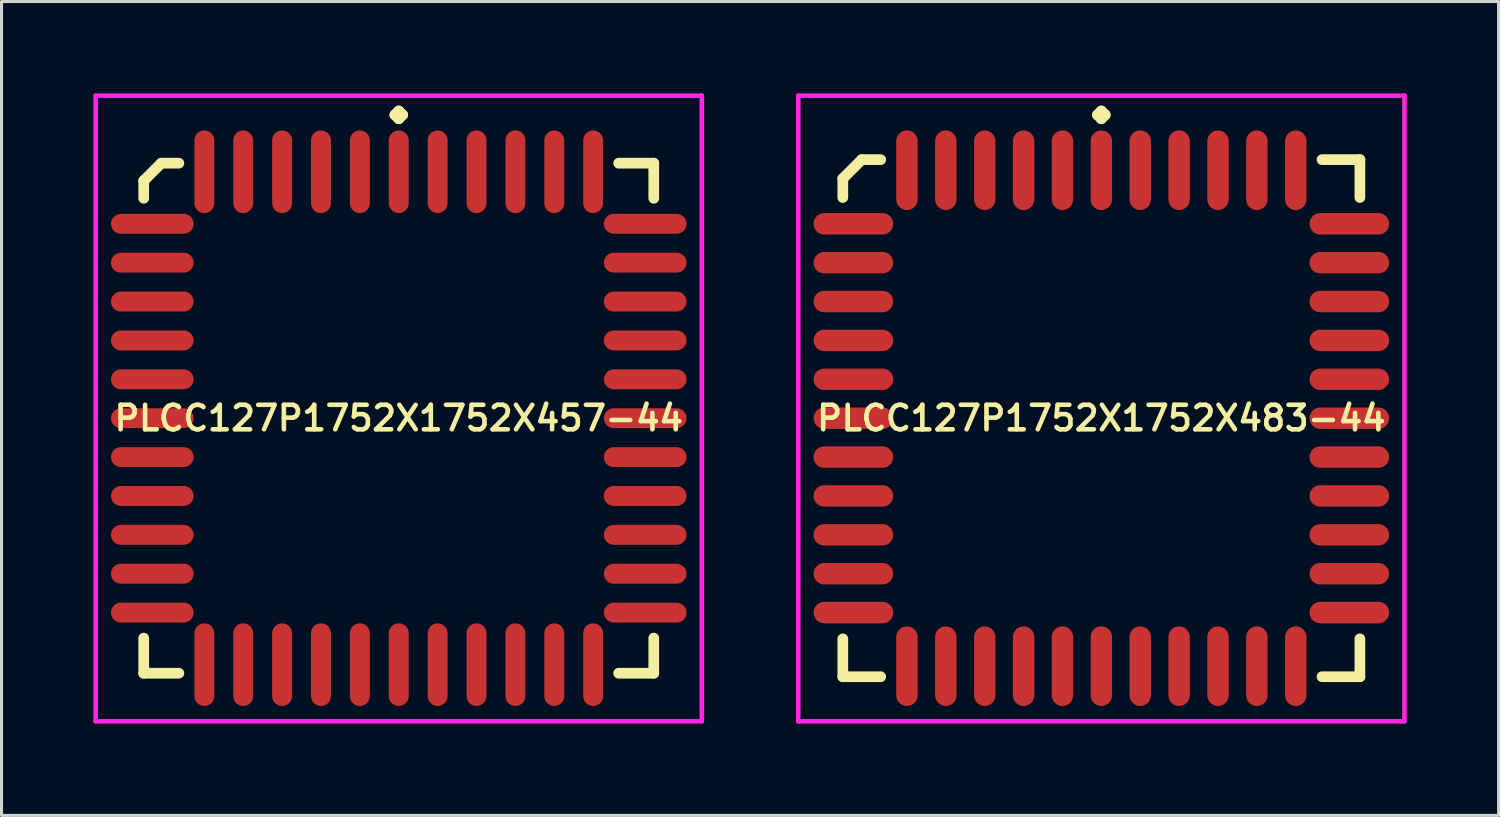
<source format=kicad_pcb>
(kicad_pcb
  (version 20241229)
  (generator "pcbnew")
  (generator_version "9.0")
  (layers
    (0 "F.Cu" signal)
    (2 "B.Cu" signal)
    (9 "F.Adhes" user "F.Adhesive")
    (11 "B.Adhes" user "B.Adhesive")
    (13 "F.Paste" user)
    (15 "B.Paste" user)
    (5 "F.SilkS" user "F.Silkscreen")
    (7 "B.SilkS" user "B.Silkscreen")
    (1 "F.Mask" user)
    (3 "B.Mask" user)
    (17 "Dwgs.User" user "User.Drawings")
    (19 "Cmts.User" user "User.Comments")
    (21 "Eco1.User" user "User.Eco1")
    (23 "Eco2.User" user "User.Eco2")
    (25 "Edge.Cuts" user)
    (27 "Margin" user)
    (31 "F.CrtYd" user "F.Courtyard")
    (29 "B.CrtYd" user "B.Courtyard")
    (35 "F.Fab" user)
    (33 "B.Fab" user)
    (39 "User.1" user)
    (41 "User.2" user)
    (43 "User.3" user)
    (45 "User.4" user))
  (footprint "PLCC127P1752X1752X457-44"
    (layer "F.Cu")
    (at 9.975 10.61)
    (property "Reference" "PLCC127P1752X1752X457-44" (at 0 0 0) (layer "F.SilkS") (effects (font (size 0.8 0.8) (thickness 0.15))))
    (attr smd)
    (fp_line (start -8.33 -7.756) (end -7.756 -8.33) (stroke (width 0.35) (type solid)) (layer "F.SilkS"))
    (fp_line (start -8.33 -7.183) (end -8.33 -7.756) (stroke (width 0.35) (type solid)) (layer "F.SilkS"))
    (fp_line (start -8.33 7.183) (end -8.33 8.33) (stroke (width 0.35) (type solid)) (layer "F.SilkS"))
    (fp_line (start -8.33 8.33) (end -7.183 8.33) (stroke (width 0.35) (type solid)) (layer "F.SilkS"))
    (fp_line (start -7.756 -8.33) (end -7.183 -8.33) (stroke (width 0.35) (type solid)) (layer "F.SilkS"))
    (fp_line (start -0.127 -9.908) (end 0 -10.035) (stroke (width 0.35) (type solid)) (layer "F.SilkS"))
    (fp_line (start 0 -10.035) (end 0.127 -9.908) (stroke (width 0.35) (type solid)) (layer "F.SilkS"))
    (fp_line (start 0 -9.781) (end -0.127 -9.908) (stroke (width 0.35) (type solid)) (layer "F.SilkS"))
    (fp_line (start 0.127 -9.908) (end 0 -9.781) (stroke (width 0.35) (type solid)) (layer "F.SilkS"))
    (fp_line (start 8.33 -8.33) (end 7.183 -8.33) (stroke (width 0.35) (type solid)) (layer "F.SilkS"))
    (fp_line (start 8.33 -7.183) (end 8.33 -8.33) (stroke (width 0.35) (type solid)) (layer "F.SilkS"))
    (fp_line (start 8.33 7.183) (end 8.33 8.33) (stroke (width 0.35) (type solid)) (layer "F.SilkS"))
    (fp_line (start 8.33 8.33) (end 7.183 8.33) (stroke (width 0.35) (type solid)) (layer "F.SilkS"))
    (fp_line (start -9.9 -10.535) (end 9.9 -10.535) (stroke (width 0.15) (type solid)) (layer "F.CrtYd"))
    (fp_line (start -9.9 9.9) (end -9.9 -10.535) (stroke (width 0.15) (type solid)) (layer "F.CrtYd"))
    (fp_line (start 9.9 -10.535) (end 9.9 9.9) (stroke (width 0.15) (type solid)) (layer "F.CrtYd"))
    (fp_line (start 9.9 9.9) (end -9.9 9.9) (stroke (width 0.15) (type solid)) (layer "F.CrtYd"))
    (pad "1" smd oval (at 0 -8.05) (size 0.65 2.7) (layers "F.Cu" "F.Mask" "F.Paste"))
    (pad "2" smd oval (at -1.27 -8.05) (size 0.65 2.7) (layers "F.Cu" "F.Mask" "F.Paste"))
    (pad "3" smd oval (at -2.54 -8.05) (size 0.65 2.7) (layers "F.Cu" "F.Mask" "F.Paste"))
    (pad "4" smd oval (at -3.81 -8.05) (size 0.65 2.7) (layers "F.Cu" "F.Mask" "F.Paste"))
    (pad "5" smd oval (at -5.08 -8.05) (size 0.65 2.7) (layers "F.Cu" "F.Mask" "F.Paste"))
    (pad "6" smd oval (at -6.35 -8.05) (size 0.65 2.7) (layers "F.Cu" "F.Mask" "F.Paste"))
    (pad "7" smd oval (at -8.05 -6.35) (size 2.7 0.65) (layers "F.Cu" "F.Mask" "F.Paste"))
    (pad "8" smd oval (at -8.05 -5.08) (size 2.7 0.65) (layers "F.Cu" "F.Mask" "F.Paste"))
    (pad "9" smd oval (at -8.05 -3.81) (size 2.7 0.65) (layers "F.Cu" "F.Mask" "F.Paste"))
    (pad "10" smd oval (at -8.05 -2.54) (size 2.7 0.65) (layers "F.Cu" "F.Mask" "F.Paste"))
    (pad "11" smd oval (at -8.05 -1.27) (size 2.7 0.65) (layers "F.Cu" "F.Mask" "F.Paste"))
    (pad "12" smd oval (at -8.05 0) (size 2.7 0.65) (layers "F.Cu" "F.Mask" "F.Paste"))
    (pad "13" smd oval (at -8.05 1.27) (size 2.7 0.65) (layers "F.Cu" "F.Mask" "F.Paste"))
    (pad "14" smd oval (at -8.05 2.54) (size 2.7 0.65) (layers "F.Cu" "F.Mask" "F.Paste"))
    (pad "15" smd oval (at -8.05 3.81) (size 2.7 0.65) (layers "F.Cu" "F.Mask" "F.Paste"))
    (pad "16" smd oval (at -8.05 5.08) (size 2.7 0.65) (layers "F.Cu" "F.Mask" "F.Paste"))
    (pad "17" smd oval (at -8.05 6.35) (size 2.7 0.65) (layers "F.Cu" "F.Mask" "F.Paste"))
    (pad "18" smd oval (at -6.35 8.05) (size 0.65 2.7) (layers "F.Cu" "F.Mask" "F.Paste"))
    (pad "19" smd oval (at -5.08 8.05) (size 0.65 2.7) (layers "F.Cu" "F.Mask" "F.Paste"))
    (pad "20" smd oval (at -3.81 8.05) (size 0.65 2.7) (layers "F.Cu" "F.Mask" "F.Paste"))
    (pad "21" smd oval (at -2.54 8.05) (size 0.65 2.7) (layers "F.Cu" "F.Mask" "F.Paste"))
    (pad "22" smd oval (at -1.27 8.05) (size 0.65 2.7) (layers "F.Cu" "F.Mask" "F.Paste"))
    (pad "23" smd oval (at 0 8.05) (size 0.65 2.7) (layers "F.Cu" "F.Mask" "F.Paste"))
    (pad "24" smd oval (at 1.27 8.05) (size 0.65 2.7) (layers "F.Cu" "F.Mask" "F.Paste"))
    (pad "25" smd oval (at 2.54 8.05) (size 0.65 2.7) (layers "F.Cu" "F.Mask" "F.Paste"))
    (pad "26" smd oval (at 3.81 8.05) (size 0.65 2.7) (layers "F.Cu" "F.Mask" "F.Paste"))
    (pad "27" smd oval (at 5.08 8.05) (size 0.65 2.7) (layers "F.Cu" "F.Mask" "F.Paste"))
    (pad "28" smd oval (at 6.35 8.05) (size 0.65 2.7) (layers "F.Cu" "F.Mask" "F.Paste"))
    (pad "29" smd oval (at 8.05 6.35) (size 2.7 0.65) (layers "F.Cu" "F.Mask" "F.Paste"))
    (pad "30" smd oval (at 8.05 5.08) (size 2.7 0.65) (layers "F.Cu" "F.Mask" "F.Paste"))
    (pad "31" smd oval (at 8.05 3.81) (size 2.7 0.65) (layers "F.Cu" "F.Mask" "F.Paste"))
    (pad "32" smd oval (at 8.05 2.54) (size 2.7 0.65) (layers "F.Cu" "F.Mask" "F.Paste"))
    (pad "33" smd oval (at 8.05 1.27) (size 2.7 0.65) (layers "F.Cu" "F.Mask" "F.Paste"))
    (pad "34" smd oval (at 8.05 0) (size 2.7 0.65) (layers "F.Cu" "F.Mask" "F.Paste"))
    (pad "35" smd oval (at 8.05 -1.27) (size 2.7 0.65) (layers "F.Cu" "F.Mask" "F.Paste"))
    (pad "36" smd oval (at 8.05 -2.54) (size 2.7 0.65) (layers "F.Cu" "F.Mask" "F.Paste"))
    (pad "37" smd oval (at 8.05 -3.81) (size 2.7 0.65) (layers "F.Cu" "F.Mask" "F.Paste"))
    (pad "38" smd oval (at 8.05 -5.08) (size 2.7 0.65) (layers "F.Cu" "F.Mask" "F.Paste"))
    (pad "39" smd oval (at 8.05 -6.35) (size 2.7 0.65) (layers "F.Cu" "F.Mask" "F.Paste"))
    (pad "40" smd oval (at 6.35 -8.05) (size 0.65 2.7) (layers "F.Cu" "F.Mask" "F.Paste"))
    (pad "41" smd oval (at 5.08 -8.05) (size 0.65 2.7) (layers "F.Cu" "F.Mask" "F.Paste"))
    (pad "42" smd oval (at 3.81 -8.05) (size 0.65 2.7) (layers "F.Cu" "F.Mask" "F.Paste"))
    (pad "43" smd oval (at 2.54 -8.05) (size 0.65 2.7) (layers "F.Cu" "F.Mask" "F.Paste"))
    (pad "44" smd oval (at 1.27 -8.05) (size 0.65 2.7) (layers "F.Cu" "F.Mask" "F.Paste")))
  (footprint "PLCC127P1752X1752X483-44"
    (layer "F.Cu")
    (at 32.925 10.61)
    (property "Reference" "PLCC127P1752X1752X483-44" (at 0 0 0) (layer "F.SilkS") (effects (font (size 0.8 0.8) (thickness 0.15))))
    (attr smd)
    (fp_line (start -8.445 -7.827) (end -7.827 -8.445) (stroke (width 0.35) (type solid)) (layer "F.SilkS"))
    (fp_line (start -8.445 -7.208) (end -8.445 -7.827) (stroke (width 0.35) (type solid)) (layer "F.SilkS"))
    (fp_line (start -8.445 7.208) (end -8.445 8.445) (stroke (width 0.35) (type solid)) (layer "F.SilkS"))
    (fp_line (start -8.445 8.445) (end -7.208 8.445) (stroke (width 0.35) (type solid)) (layer "F.SilkS"))
    (fp_line (start -7.827 -8.445) (end -7.208 -8.445) (stroke (width 0.35) (type solid)) (layer "F.SilkS"))
    (fp_line (start -0.127 -9.908) (end 0 -10.035) (stroke (width 0.35) (type solid)) (layer "F.SilkS"))
    (fp_line (start 0 -10.035) (end 0.127 -9.908) (stroke (width 0.35) (type solid)) (layer "F.SilkS"))
    (fp_line (start 0 -9.781) (end -0.127 -9.908) (stroke (width 0.35) (type solid)) (layer "F.SilkS"))
    (fp_line (start 0.127 -9.908) (end 0 -9.781) (stroke (width 0.35) (type solid)) (layer "F.SilkS"))
    (fp_line (start 8.445 -8.445) (end 7.208 -8.445) (stroke (width 0.35) (type solid)) (layer "F.SilkS"))
    (fp_line (start 8.445 -7.208) (end 8.445 -8.445) (stroke (width 0.35) (type solid)) (layer "F.SilkS"))
    (fp_line (start 8.445 7.208) (end 8.445 8.445) (stroke (width 0.35) (type solid)) (layer "F.SilkS"))
    (fp_line (start 8.445 8.445) (end 7.208 8.445) (stroke (width 0.35) (type solid)) (layer "F.SilkS"))
    (fp_line (start -9.9 -10.535) (end 9.9 -10.535) (stroke (width 0.15) (type solid)) (layer "F.CrtYd"))
    (fp_line (start -9.9 9.9) (end -9.9 -10.535) (stroke (width 0.15) (type solid)) (layer "F.CrtYd"))
    (fp_line (start 9.9 -10.535) (end 9.9 9.9) (stroke (width 0.15) (type solid)) (layer "F.CrtYd"))
    (fp_line (start 9.9 9.9) (end -9.9 9.9) (stroke (width 0.15) (type solid)) (layer "F.CrtYd"))
    (pad "1" smd oval (at 0 -8.1) (size 0.7 2.6) (layers "F.Cu" "F.Mask" "F.Paste"))
    (pad "2" smd oval (at -1.27 -8.1) (size 0.7 2.6) (layers "F.Cu" "F.Mask" "F.Paste"))
    (pad "3" smd oval (at -2.54 -8.1) (size 0.7 2.6) (layers "F.Cu" "F.Mask" "F.Paste"))
    (pad "4" smd oval (at -3.81 -8.1) (size 0.7 2.6) (layers "F.Cu" "F.Mask" "F.Paste"))
    (pad "5" smd oval (at -5.08 -8.1) (size 0.7 2.6) (layers "F.Cu" "F.Mask" "F.Paste"))
    (pad "6" smd oval (at -6.35 -8.1) (size 0.7 2.6) (layers "F.Cu" "F.Mask" "F.Paste"))
    (pad "7" smd oval (at -8.1 -6.35) (size 2.6 0.7) (layers "F.Cu" "F.Mask" "F.Paste"))
    (pad "8" smd oval (at -8.1 -5.08) (size 2.6 0.7) (layers "F.Cu" "F.Mask" "F.Paste"))
    (pad "9" smd oval (at -8.1 -3.81) (size 2.6 0.7) (layers "F.Cu" "F.Mask" "F.Paste"))
    (pad "10" smd oval (at -8.1 -2.54) (size 2.6 0.7) (layers "F.Cu" "F.Mask" "F.Paste"))
    (pad "11" smd oval (at -8.1 -1.27) (size 2.6 0.7) (layers "F.Cu" "F.Mask" "F.Paste"))
    (pad "12" smd oval (at -8.1 0) (size 2.6 0.7) (layers "F.Cu" "F.Mask" "F.Paste"))
    (pad "13" smd oval (at -8.1 1.27) (size 2.6 0.7) (layers "F.Cu" "F.Mask" "F.Paste"))
    (pad "14" smd oval (at -8.1 2.54) (size 2.6 0.7) (layers "F.Cu" "F.Mask" "F.Paste"))
    (pad "15" smd oval (at -8.1 3.81) (size 2.6 0.7) (layers "F.Cu" "F.Mask" "F.Paste"))
    (pad "16" smd oval (at -8.1 5.08) (size 2.6 0.7) (layers "F.Cu" "F.Mask" "F.Paste"))
    (pad "17" smd oval (at -8.1 6.35) (size 2.6 0.7) (layers "F.Cu" "F.Mask" "F.Paste"))
    (pad "18" smd oval (at -6.35 8.1) (size 0.7 2.6) (layers "F.Cu" "F.Mask" "F.Paste"))
    (pad "19" smd oval (at -5.08 8.1) (size 0.7 2.6) (layers "F.Cu" "F.Mask" "F.Paste"))
    (pad "20" smd oval (at -3.81 8.1) (size 0.7 2.6) (layers "F.Cu" "F.Mask" "F.Paste"))
    (pad "21" smd oval (at -2.54 8.1) (size 0.7 2.6) (layers "F.Cu" "F.Mask" "F.Paste"))
    (pad "22" smd oval (at -1.27 8.1) (size 0.7 2.6) (layers "F.Cu" "F.Mask" "F.Paste"))
    (pad "23" smd oval (at 0 8.1) (size 0.7 2.6) (layers "F.Cu" "F.Mask" "F.Paste"))
    (pad "24" smd oval (at 1.27 8.1) (size 0.7 2.6) (layers "F.Cu" "F.Mask" "F.Paste"))
    (pad "25" smd oval (at 2.54 8.1) (size 0.7 2.6) (layers "F.Cu" "F.Mask" "F.Paste"))
    (pad "26" smd oval (at 3.81 8.1) (size 0.7 2.6) (layers "F.Cu" "F.Mask" "F.Paste"))
    (pad "27" smd oval (at 5.08 8.1) (size 0.7 2.6) (layers "F.Cu" "F.Mask" "F.Paste"))
    (pad "28" smd oval (at 6.35 8.1) (size 0.7 2.6) (layers "F.Cu" "F.Mask" "F.Paste"))
    (pad "29" smd oval (at 8.1 6.35) (size 2.6 0.7) (layers "F.Cu" "F.Mask" "F.Paste"))
    (pad "30" smd oval (at 8.1 5.08) (size 2.6 0.7) (layers "F.Cu" "F.Mask" "F.Paste"))
    (pad "31" smd oval (at 8.1 3.81) (size 2.6 0.7) (layers "F.Cu" "F.Mask" "F.Paste"))
    (pad "32" smd oval (at 8.1 2.54) (size 2.6 0.7) (layers "F.Cu" "F.Mask" "F.Paste"))
    (pad "33" smd oval (at 8.1 1.27) (size 2.6 0.7) (layers "F.Cu" "F.Mask" "F.Paste"))
    (pad "34" smd oval (at 8.1 0) (size 2.6 0.7) (layers "F.Cu" "F.Mask" "F.Paste"))
    (pad "35" smd oval (at 8.1 -1.27) (size 2.6 0.7) (layers "F.Cu" "F.Mask" "F.Paste"))
    (pad "36" smd oval (at 8.1 -2.54) (size 2.6 0.7) (layers "F.Cu" "F.Mask" "F.Paste"))
    (pad "37" smd oval (at 8.1 -3.81) (size 2.6 0.7) (layers "F.Cu" "F.Mask" "F.Paste"))
    (pad "38" smd oval (at 8.1 -5.08) (size 2.6 0.7) (layers "F.Cu" "F.Mask" "F.Paste"))
    (pad "39" smd oval (at 8.1 -6.35) (size 2.6 0.7) (layers "F.Cu" "F.Mask" "F.Paste"))
    (pad "40" smd oval (at 6.35 -8.1) (size 0.7 2.6) (layers "F.Cu" "F.Mask" "F.Paste"))
    (pad "41" smd oval (at 5.08 -8.1) (size 0.7 2.6) (layers "F.Cu" "F.Mask" "F.Paste"))
    (pad "42" smd oval (at 3.81 -8.1) (size 0.7 2.6) (layers "F.Cu" "F.Mask" "F.Paste"))
    (pad "43" smd oval (at 2.54 -8.1) (size 0.7 2.6) (layers "F.Cu" "F.Mask" "F.Paste"))
    (pad "44" smd oval (at 1.27 -8.1) (size 0.7 2.6) (layers "F.Cu" "F.Mask" "F.Paste")))
  (gr_rect
    (start -3 -3)
    (end 45.9 23.585)
    (stroke (width 0.1) (type default))
    (fill no)
    (layer "Edge.Cuts")))
</source>
